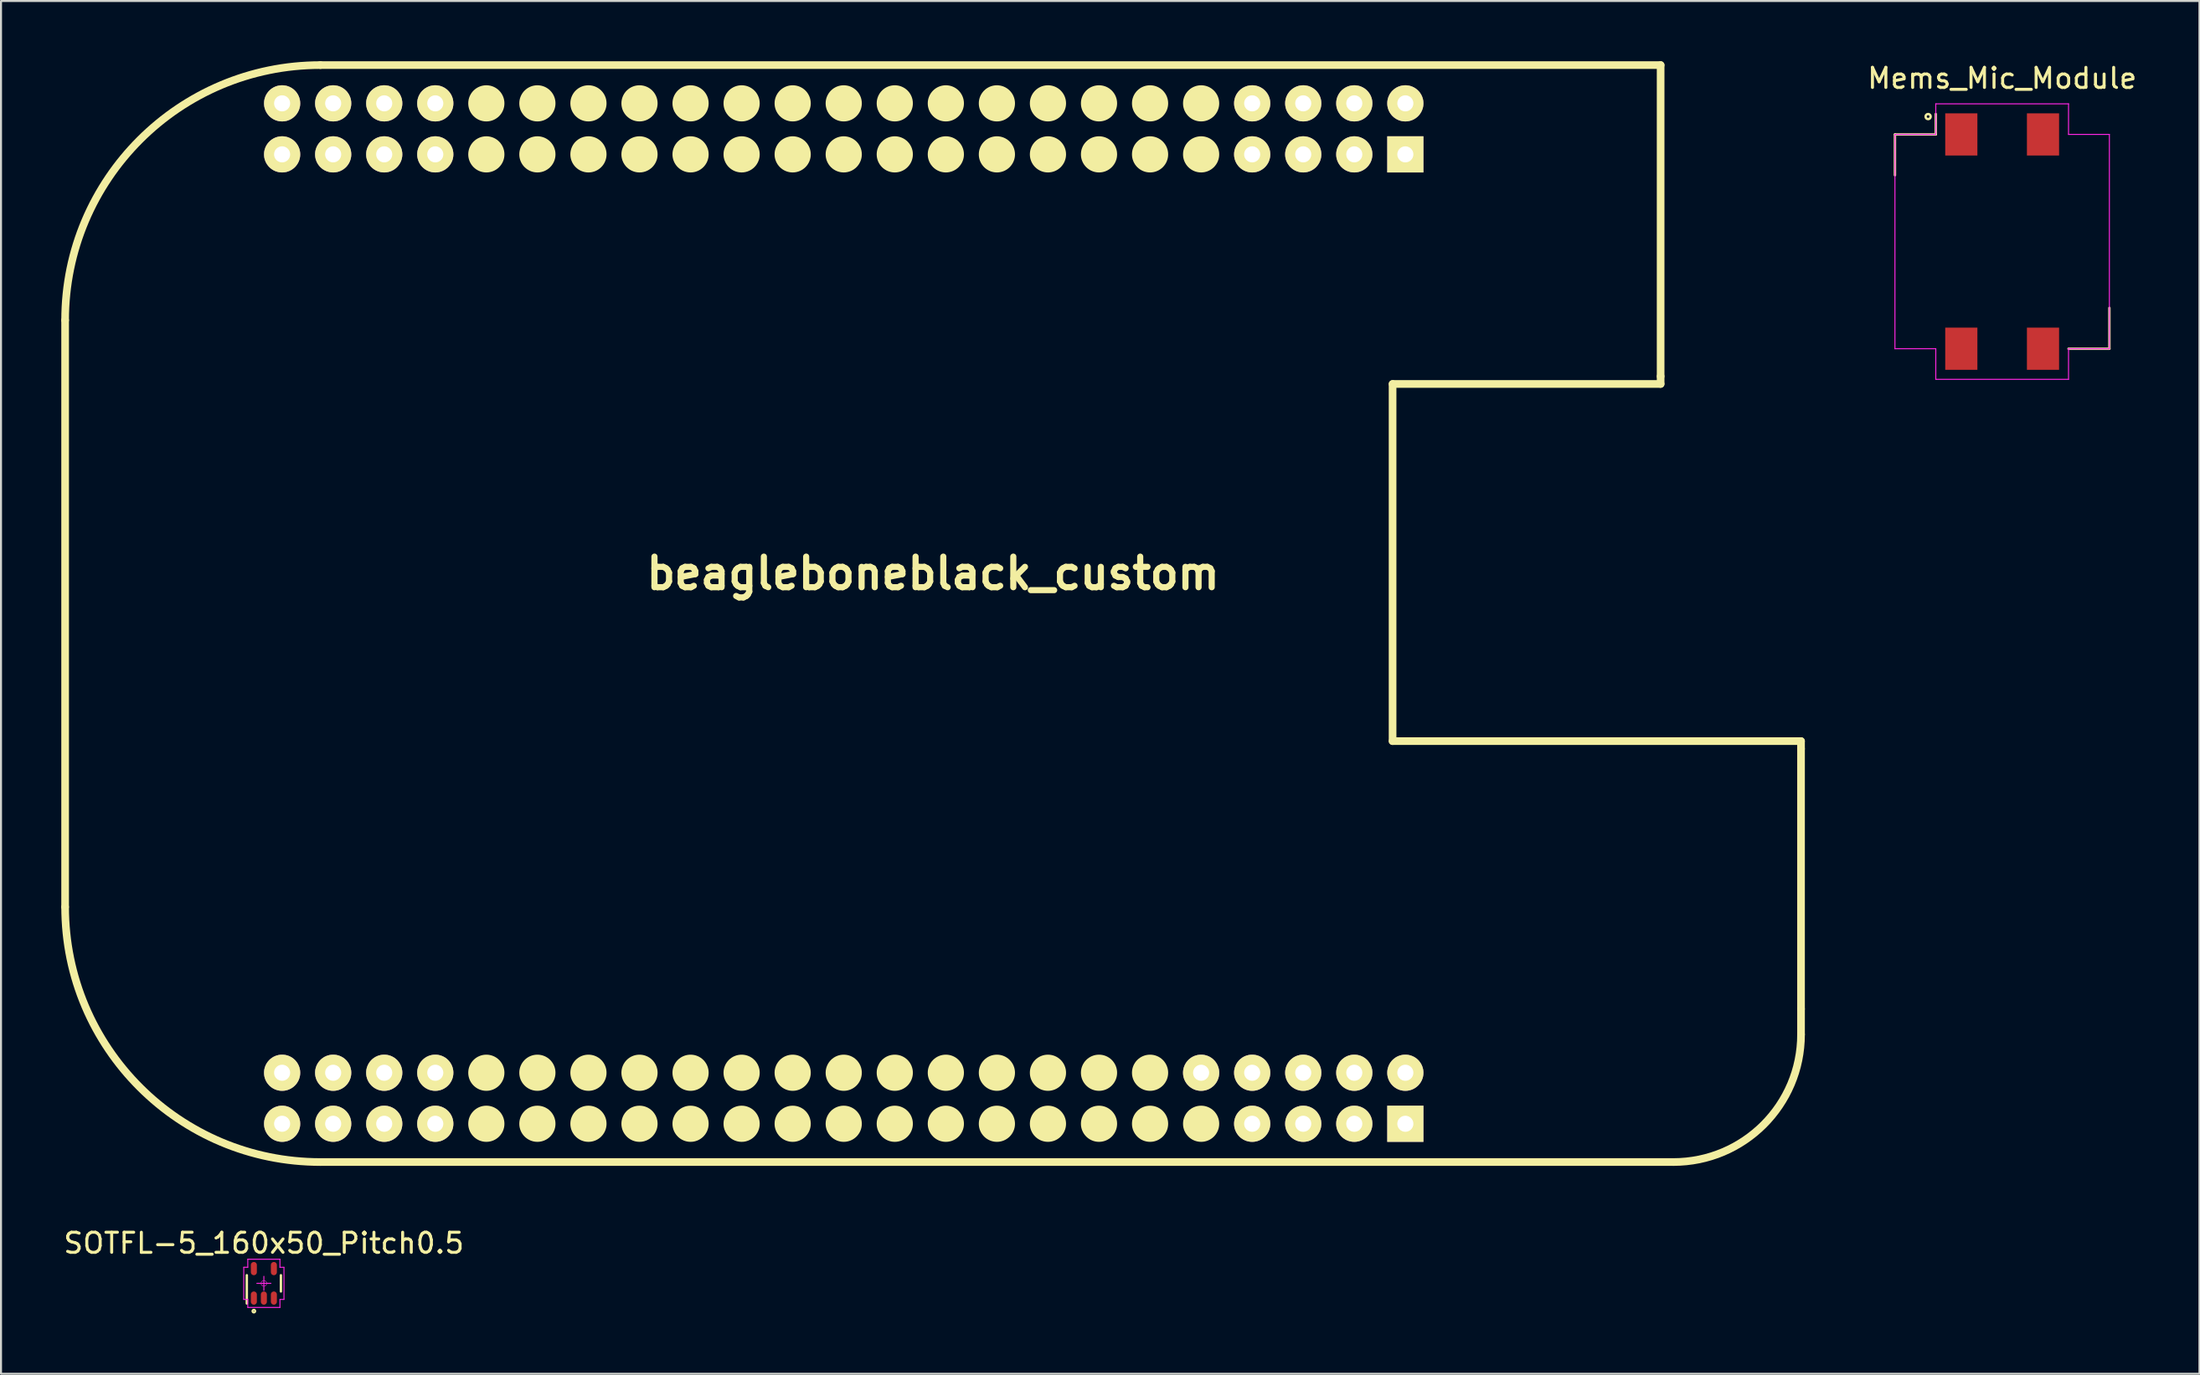
<source format=kicad_pcb>
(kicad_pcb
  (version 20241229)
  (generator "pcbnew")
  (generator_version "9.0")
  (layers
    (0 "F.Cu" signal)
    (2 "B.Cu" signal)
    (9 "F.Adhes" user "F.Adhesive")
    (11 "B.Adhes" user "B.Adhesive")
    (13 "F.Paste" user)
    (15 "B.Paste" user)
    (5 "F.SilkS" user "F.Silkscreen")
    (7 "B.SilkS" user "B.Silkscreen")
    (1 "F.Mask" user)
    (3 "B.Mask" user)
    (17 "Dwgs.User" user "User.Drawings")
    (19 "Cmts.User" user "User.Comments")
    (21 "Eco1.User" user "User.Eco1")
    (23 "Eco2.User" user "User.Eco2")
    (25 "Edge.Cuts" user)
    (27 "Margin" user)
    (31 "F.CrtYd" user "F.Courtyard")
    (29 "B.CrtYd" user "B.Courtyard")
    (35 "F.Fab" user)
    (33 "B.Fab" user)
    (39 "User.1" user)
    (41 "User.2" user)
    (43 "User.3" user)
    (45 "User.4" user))
  (footprint "SOTFL-5_160x50_Pitch0.5"
    (layer "F.Cu")
    (at 10.077 60.839)
    (property "Reference" "SOTFL-5_160x50_Pitch0.5" (at 0 -2 0) (layer "F.SilkS") (effects (font (size 1 1) (thickness 0.15))))
    (attr smd)
    (fp_line (start -0.848 1.003) (end -0.848 -0.404) (stroke (width 0.119) (type solid)) (layer "F.SilkS"))
    (fp_line (start 0.848 0.404) (end 0.848 -0.404) (stroke (width 0.119) (type solid)) (layer "F.SilkS"))
    (fp_circle (center -0.498 1.384) (end -0.546 1.433) (stroke (width 0.099) (type solid)) (fill no) (layer "F.SilkS"))
    (fp_line (start -1 -0.8) (end -1 0.8) (stroke (width 0.048) (type solid)) (layer "F.CrtYd"))
    (fp_line (start -1 0.8) (end -0.8 0.8) (stroke (width 0.048) (type solid)) (layer "F.CrtYd"))
    (fp_line (start -0.8 -1.2) (end -0.8 -0.8) (stroke (width 0.048) (type solid)) (layer "F.CrtYd"))
    (fp_line (start -0.8 -0.8) (end -1 -0.8) (stroke (width 0.048) (type solid)) (layer "F.CrtYd"))
    (fp_line (start -0.8 0.8) (end -0.8 1.2) (stroke (width 0.048) (type solid)) (layer "F.CrtYd"))
    (fp_line (start -0.8 1.2) (end 0.8 1.2) (stroke (width 0.048) (type solid)) (layer "F.CrtYd"))
    (fp_line (start -0.35 0) (end 0.35 0) (stroke (width 0.048) (type solid)) (layer "F.CrtYd"))
    (fp_line (start 0 -0.35) (end 0 0.35) (stroke (width 0.048) (type solid)) (layer "F.CrtYd"))
    (fp_line (start 0.8 -1.2) (end -0.8 -1.2) (stroke (width 0.048) (type solid)) (layer "F.CrtYd"))
    (fp_line (start 0.8 -0.8) (end 0.8 -1.2) (stroke (width 0.048) (type solid)) (layer "F.CrtYd"))
    (fp_line (start 0.8 0.8) (end 1 0.8) (stroke (width 0.048) (type solid)) (layer "F.CrtYd"))
    (fp_line (start 0.8 1.2) (end 0.8 0.8) (stroke (width 0.048) (type solid)) (layer "F.CrtYd"))
    (fp_line (start 0.998 -0.798) (end 0.798 -0.798) (stroke (width 0.048) (type solid)) (layer "F.CrtYd"))
    (fp_line (start 1 0.8) (end 1 -0.8) (stroke (width 0.048) (type solid)) (layer "F.CrtYd"))
    (fp_circle (center 0 0) (end -0.1 0.1) (stroke (width 0.023) (type solid)) (fill no) (layer "F.CrtYd"))
    (pad "1" smd oval (at -0.498 0.734 270) (size 0.658 0.3) (layers "F.Cu" "F.Mask" "F.Paste"))
    (pad "2" smd oval (at 0 0.734 270) (size 0.658 0.3) (layers "F.Cu" "F.Mask" "F.Paste"))
    (pad "3" smd oval (at 0.498 0.734 270) (size 0.658 0.3) (layers "F.Cu" "F.Mask" "F.Paste"))
    (pad "4" smd oval (at 0.498 -0.734 90) (size 0.658 0.3) (layers "F.Cu" "F.Mask" "F.Paste"))
    (pad "5" smd oval (at -0.498 -0.734 90) (size 0.658 0.3) (layers "F.Cu" "F.Mask" "F.Paste")))
  (footprint "beagleboneblack_custom"
    (layer "F.Cu")
    (at 43.37 27.495)
    (property "Reference" "beagleboneblack_custom" (at 0 -2 0) (layer "F.SilkS") (effects (font (size 1.524 1.524) (thickness 0.305))))
    (attr through_hole)
    (fp_line (start -43.18 14.605) (end -43.18 -14.605) (stroke (width 0.381) (type solid)) (layer "F.SilkS"))
    (fp_line (start -30.48 -27.305) (end 36.195 -27.305) (stroke (width 0.381) (type solid)) (layer "F.SilkS"))
    (fp_line (start -30.48 27.305) (end 36.83 27.305) (stroke (width 0.381) (type solid)) (layer "F.SilkS"))
    (fp_line (start 22.86 -11.43) (end 22.86 6.35) (stroke (width 0.381) (type solid)) (layer "F.SilkS"))
    (fp_line (start 22.86 6.35) (end 43.18 6.35) (stroke (width 0.381) (type solid)) (layer "F.SilkS"))
    (fp_line (start 36.195 -27.305) (end 36.195 -11.811) (stroke (width 0.381) (type solid)) (layer "F.SilkS"))
    (fp_line (start 36.195 -11.811) (end 36.195 -11.43) (stroke (width 0.381) (type solid)) (layer "F.SilkS"))
    (fp_line (start 36.195 -11.43) (end 22.86 -11.43) (stroke (width 0.381) (type solid)) (layer "F.SilkS"))
    (fp_line (start 43.18 6.35) (end 43.18 6.731) (stroke (width 0.381) (type solid)) (layer "F.SilkS"))
    (fp_line (start 43.18 6.731) (end 43.18 19.685) (stroke (width 0.381) (type solid)) (layer "F.SilkS"))
    (fp_line (start 43.18 20.955) (end 43.18 19.685) (stroke (width 0.381) (type solid)) (layer "F.SilkS"))
    (fp_arc (start -43.18 -14.605) (mid -39.460256 -23.585256) (end -30.48 -27.305) (stroke (width 0.381) (type solid)) (layer "F.SilkS"))
    (fp_arc (start -30.48 27.305) (mid -39.460256 23.585256) (end -43.18 14.605) (stroke (width 0.381) (type solid)) (layer "F.SilkS"))
    (fp_arc (start 43.18 20.955) (mid 41.320128 25.445128) (end 36.83 27.305) (stroke (width 0.381) (type solid)) (layer "F.SilkS"))
    (pad "" smd circle (at -22.225 -25.4) (size 1.8 1.8) (layers "F.SilkS"))
    (pad "" smd circle (at -22.225 -22.86) (size 1.8 1.8) (layers "F.SilkS"))
    (pad "" smd circle (at -22.225 22.86) (size 1.8 1.8) (layers "F.SilkS"))
    (pad "" smd circle (at -22.225 25.4) (size 1.8 1.8) (layers "F.SilkS"))
    (pad "" smd circle (at -19.685 -25.4) (size 1.8 1.8) (layers "F.SilkS"))
    (pad "" smd circle (at -19.685 -22.86) (size 1.8 1.8) (layers "F.SilkS"))
    (pad "" smd circle (at -19.685 22.86) (size 1.8 1.8) (layers "F.SilkS"))
    (pad "" smd circle (at -19.685 25.4) (size 1.8 1.8) (layers "F.SilkS"))
    (pad "" smd circle (at -17.145 -25.4) (size 1.8 1.8) (layers "F.SilkS"))
    (pad "" smd circle (at -17.145 -22.86) (size 1.8 1.8) (layers "F.SilkS"))
    (pad "" smd circle (at -17.145 22.86) (size 1.8 1.8) (layers "F.SilkS"))
    (pad "" smd circle (at -17.145 25.4) (size 1.8 1.8) (layers "F.SilkS"))
    (pad "" smd circle (at -14.605 -25.4) (size 1.8 1.8) (layers "F.SilkS"))
    (pad "" smd circle (at -14.605 -22.86) (size 1.8 1.8) (layers "F.SilkS"))
    (pad "" smd circle (at -14.605 22.86) (size 1.8 1.8) (layers "F.SilkS"))
    (pad "" smd circle (at -14.605 25.4) (size 1.8 1.8) (layers "F.SilkS"))
    (pad "" smd circle (at -12.065 -25.4) (size 1.8 1.8) (layers "F.SilkS"))
    (pad "" smd circle (at -12.065 -22.86) (size 1.8 1.8) (layers "F.SilkS"))
    (pad "" smd circle (at -12.065 22.86) (size 1.8 1.8) (layers "F.SilkS"))
    (pad "" smd circle (at -12.065 25.4) (size 1.8 1.8) (layers "F.SilkS"))
    (pad "" smd circle (at -9.525 -25.4) (size 1.8 1.8) (layers "F.SilkS"))
    (pad "" smd circle (at -9.525 -22.86) (size 1.8 1.8) (layers "F.SilkS"))
    (pad "" smd circle (at -9.525 22.86) (size 1.8 1.8) (layers "F.SilkS"))
    (pad "" smd circle (at -9.525 25.4) (size 1.8 1.8) (layers "F.SilkS"))
    (pad "" smd circle (at -6.985 -25.4) (size 1.8 1.8) (layers "F.SilkS"))
    (pad "" smd circle (at -6.985 -22.86) (size 1.8 1.8) (layers "F.SilkS"))
    (pad "" smd circle (at -6.985 22.86) (size 1.8 1.8) (layers "F.SilkS"))
    (pad "" smd circle (at -6.985 25.4) (size 1.8 1.8) (layers "F.SilkS"))
    (pad "" smd circle (at -4.445 -25.4) (size 1.8 1.8) (layers "F.SilkS"))
    (pad "" smd circle (at -4.445 -22.86) (size 1.8 1.8) (layers "F.SilkS"))
    (pad "" smd circle (at -4.445 22.86) (size 1.8 1.8) (layers "F.SilkS"))
    (pad "" smd circle (at -4.445 25.4) (size 1.8 1.8) (layers "F.SilkS"))
    (pad "" smd circle (at -1.905 -25.4) (size 1.8 1.8) (layers "F.SilkS"))
    (pad "" smd circle (at -1.905 -22.86) (size 1.8 1.8) (layers "F.SilkS"))
    (pad "" smd circle (at -1.905 22.86) (size 1.8 1.8) (layers "F.SilkS"))
    (pad "" smd circle (at -1.905 25.4) (size 1.8 1.8) (layers "F.SilkS"))
    (pad "" smd circle (at 0.635 -25.4) (size 1.8 1.8) (layers "F.SilkS"))
    (pad "" smd circle (at 0.635 -22.86) (size 1.8 1.8) (layers "F.SilkS"))
    (pad "" smd circle (at 0.635 22.86) (size 1.8 1.8) (layers "F.SilkS"))
    (pad "" smd circle (at 0.635 25.4) (size 1.8 1.8) (layers "F.SilkS"))
    (pad "" smd circle (at 3.175 -25.4) (size 1.8 1.8) (layers "F.SilkS"))
    (pad "" smd circle (at 3.175 -22.86) (size 1.8 1.8) (layers "F.SilkS"))
    (pad "" smd circle (at 3.175 22.86) (size 1.8 1.8) (layers "F.SilkS"))
    (pad "" smd circle (at 3.175 25.4) (size 1.8 1.8) (layers "F.SilkS"))
    (pad "" smd circle (at 5.715 -25.4) (size 1.8 1.8) (layers "F.SilkS"))
    (pad "" smd circle (at 5.715 -22.86) (size 1.8 1.8) (layers "F.SilkS"))
    (pad "" smd circle (at 5.715 22.86) (size 1.8 1.8) (layers "F.SilkS"))
    (pad "" smd circle (at 5.715 25.4) (size 1.8 1.8) (layers "F.SilkS"))
    (pad "" smd circle (at 8.255 -25.4) (size 1.8 1.8) (layers "F.SilkS"))
    (pad "" smd circle (at 8.255 -22.86) (size 1.8 1.8) (layers "F.SilkS"))
    (pad "" smd circle (at 8.255 22.86) (size 1.8 1.8) (layers "F.SilkS"))
    (pad "" smd circle (at 8.255 25.4) (size 1.8 1.8) (layers "F.SilkS"))
    (pad "" smd circle (at 10.795 -25.4) (size 1.8 1.8) (layers "F.SilkS"))
    (pad "" smd circle (at 10.795 -22.86) (size 1.8 1.8) (layers "F.SilkS"))
    (pad "" smd circle (at 10.795 22.86) (size 1.8 1.8) (layers "F.SilkS"))
    (pad "" smd circle (at 10.795 25.4) (size 1.8 1.8) (layers "F.SilkS"))
    (pad "" smd circle (at 13.335 -25.4) (size 1.8 1.8) (layers "F.SilkS"))
    (pad "" smd circle (at 13.335 -22.86) (size 1.8 1.8) (layers "F.SilkS"))
    (pad "" smd circle (at 13.335 25.4) (size 1.8 1.8) (layers "F.SilkS"))
    (pad "B1" thru_hole rect (at 23.495 -22.86) (size 1.8 1.8) (drill 0.8) (layers "*.Cu" "*.Mask" "F.SilkS"))
    (pad "B2" thru_hole circle (at 23.495 -25.4) (size 1.8 1.8) (drill 0.8) (layers "*.Cu" "*.Mask" "F.SilkS"))
    (pad "B3" thru_hole circle (at 20.955 -22.86) (size 1.8 1.8) (drill 0.8) (layers "*.Cu" "*.Mask" "F.SilkS"))
    (pad "B4" thru_hole circle (at 20.955 -25.4) (size 1.8 1.8) (drill 0.8) (layers "*.Cu" "*.Mask" "F.SilkS"))
    (pad "B5" thru_hole circle (at 18.415 -22.86) (size 1.8 1.8) (drill 0.8) (layers "*.Cu" "*.Mask" "F.SilkS"))
    (pad "B6" thru_hole circle (at 18.415 -25.4) (size 1.8 1.8) (drill 0.8) (layers "*.Cu" "*.Mask" "F.SilkS"))
    (pad "B7" thru_hole circle (at 15.875 -22.86) (size 1.8 1.8) (drill 0.8) (layers "*.Cu" "*.Mask" "F.SilkS"))
    (pad "B8" thru_hole circle (at 15.875 -25.4) (size 1.8 1.8) (drill 0.8) (layers "*.Cu" "*.Mask" "F.SilkS"))
    (pad "B39" thru_hole circle (at -24.765 -22.86) (size 1.8 1.8) (drill 0.8) (layers "*.Cu" "*.Mask" "F.SilkS"))
    (pad "B40" thru_hole circle (at -24.765 -25.4) (size 1.8 1.8) (drill 0.8) (layers "*.Cu" "*.Mask" "F.SilkS"))
    (pad "B41" thru_hole circle (at -27.305 -22.86) (size 1.8 1.8) (drill 0.8) (layers "*.Cu" "*.Mask" "F.SilkS"))
    (pad "B42" thru_hole circle (at -27.305 -25.4) (size 1.8 1.8) (drill 0.8) (layers "*.Cu" "*.Mask" "F.SilkS"))
    (pad "B43" thru_hole circle (at -29.845 -22.86) (size 1.8 1.8) (drill 0.8) (layers "*.Cu" "*.Mask" "F.SilkS"))
    (pad "B44" thru_hole circle (at -29.845 -25.4) (size 1.8 1.8) (drill 0.8) (layers "*.Cu" "*.Mask" "F.SilkS"))
    (pad "B45" thru_hole circle (at -32.385 -22.86) (size 1.8 1.8) (drill 0.8) (layers "*.Cu" "*.Mask" "F.SilkS"))
    (pad "B46" thru_hole circle (at -32.385 -25.4) (size 1.8 1.8) (drill 0.8) (layers "*.Cu" "*.Mask" "F.SilkS"))
    (pad "C1" thru_hole rect (at 23.495 25.4) (size 1.8 1.8) (drill 0.8) (layers "*.Cu" "*.Mask" "F.SilkS"))
    (pad "C2" thru_hole circle (at 23.495 22.86) (size 1.8 1.8) (drill 0.8) (layers "*.Cu" "*.Mask" "F.SilkS"))
    (pad "C3" thru_hole circle (at 20.955 25.4) (size 1.8 1.8) (drill 0.8) (layers "*.Cu" "*.Mask" "F.SilkS"))
    (pad "C4" thru_hole circle (at 20.955 22.86) (size 1.8 1.8) (drill 0.8) (layers "*.Cu" "*.Mask" "F.SilkS"))
    (pad "C5" thru_hole circle (at 18.415 25.4) (size 1.8 1.8) (drill 0.8) (layers "*.Cu" "*.Mask" "F.SilkS"))
    (pad "C6" thru_hole circle (at 18.415 22.86) (size 1.8 1.8) (drill 0.8) (layers "*.Cu" "*.Mask" "F.SilkS"))
    (pad "C7" thru_hole circle (at 15.875 25.4) (size 1.8 1.8) (drill 0.8) (layers "*.Cu" "*.Mask" "F.SilkS"))
    (pad "C8" thru_hole circle (at 15.875 22.86) (size 1.8 1.8) (drill 0.8) (layers "*.Cu" "*.Mask" "F.SilkS"))
    (pad "C10" thru_hole circle (at 13.335 22.86) (size 1.8 1.8) (drill 0.8) (layers "*.Cu" "*.Mask" "F.SilkS"))
    (pad "C39" thru_hole circle (at -24.765 25.4) (size 1.8 1.8) (drill 0.8) (layers "*.Cu" "*.Mask" "F.SilkS"))
    (pad "C40" thru_hole circle (at -24.765 22.86) (size 1.8 1.8) (drill 0.8) (layers "*.Cu" "*.Mask" "F.SilkS"))
    (pad "C41" thru_hole circle (at -27.305 25.4) (size 1.8 1.8) (drill 0.8) (layers "*.Cu" "*.Mask" "F.SilkS"))
    (pad "C42" thru_hole circle (at -27.305 22.86) (size 1.8 1.8) (drill 0.8) (layers "*.Cu" "*.Mask" "F.SilkS"))
    (pad "C43" thru_hole circle (at -29.845 25.4) (size 1.8 1.8) (drill 0.8) (layers "*.Cu" "*.Mask" "F.SilkS"))
    (pad "C44" thru_hole circle (at -29.845 22.86) (size 1.8 1.8) (drill 0.8) (layers "*.Cu" "*.Mask" "F.SilkS"))
    (pad "C45" thru_hole circle (at -32.385 25.4) (size 1.8 1.8) (drill 0.8) (layers "*.Cu" "*.Mask" "F.SilkS"))
    (pad "C46" thru_hole circle (at -32.385 22.86) (size 1.8 1.8) (drill 0.8) (layers "*.Cu" "*.Mask" "F.SilkS")))
  (footprint "Mems_Mic_Module"
    (layer "F.Cu")
    (at 96.556 8.976)
    (property "Reference" "Mems_Mic_Module" (at 0 -8.128 0) (layer "F.SilkS") (effects (font (size 1 1) (thickness 0.15))))
    (attr through_hole)
    (fp_line (start -5.334 -3.302) (end -5.334 -5.334) (stroke (width 0.12) (type solid)) (layer "F.SilkS"))
    (fp_line (start -3.302 -5.334) (end -5.334 -5.334) (stroke (width 0.12) (type solid)) (layer "F.SilkS"))
    (fp_line (start -3.302 -5.334) (end -3.302 -6.35) (stroke (width 0.12) (type solid)) (layer "F.SilkS"))
    (fp_line (start 5.334 5.334) (end 3.302 5.334) (stroke (width 0.12) (type solid)) (layer "F.SilkS"))
    (fp_line (start 5.334 5.334) (end 5.334 3.302) (stroke (width 0.12) (type solid)) (layer "F.SilkS"))
    (fp_circle (center -3.683 -6.223) (end -3.683 -6.35) (stroke (width 0.119) (type solid)) (fill no) (layer "F.SilkS"))
    (fp_line (start -5.334 -5.334) (end -3.302 -5.334) (stroke (width 0.05) (type solid)) (layer "F.CrtYd"))
    (fp_line (start -5.334 5.334) (end -5.334 -5.334) (stroke (width 0.05) (type solid)) (layer "F.CrtYd"))
    (fp_line (start -5.334 5.334) (end -3.302 5.334) (stroke (width 0.05) (type solid)) (layer "F.CrtYd"))
    (fp_line (start -3.302 -6.858) (end 3.302 -6.858) (stroke (width 0.05) (type solid)) (layer "F.CrtYd"))
    (fp_line (start -3.302 -5.334) (end -3.302 -6.858) (stroke (width 0.05) (type solid)) (layer "F.CrtYd"))
    (fp_line (start -3.302 5.334) (end -3.302 6.858) (stroke (width 0.05) (type solid)) (layer "F.CrtYd"))
    (fp_line (start 3.302 -5.334) (end 3.302 -6.858) (stroke (width 0.05) (type solid)) (layer "F.CrtYd"))
    (fp_line (start 3.302 5.334) (end 3.302 6.858) (stroke (width 0.05) (type solid)) (layer "F.CrtYd"))
    (fp_line (start 3.302 6.858) (end -3.302 6.858) (stroke (width 0.05) (type solid)) (layer "F.CrtYd"))
    (fp_line (start 5.334 -5.334) (end 3.302 -5.334) (stroke (width 0.05) (type solid)) (layer "F.CrtYd"))
    (fp_line (start 5.334 -5.334) (end 5.334 5.334) (stroke (width 0.05) (type solid)) (layer "F.CrtYd"))
    (fp_line (start 5.334 5.334) (end 3.302 5.334) (stroke (width 0.05) (type solid)) (layer "F.CrtYd"))
    (pad "1" smd rect (at -2.032 -5.334) (size 1.6 2.1) (layers "F.Cu" "F.Mask" "F.Paste"))
    (pad "2" smd rect (at 2.032 -5.334) (size 1.6 2.1) (layers "F.Cu" "F.Mask" "F.Paste"))
    (pad "3" smd rect (at 2.032 5.334) (size 1.6 2.1) (layers "F.Cu" "F.Mask" "F.Paste"))
    (pad "4" smd rect (at -2.032 5.334) (size 1.6 2.1) (layers "F.Cu" "F.Mask" "F.Paste")))
  (gr_rect
    (start -3 -3)
    (end 106.372 65.341)
    (stroke (width 0.1) (type default))
    (fill no)
    (layer "Edge.Cuts")))
</source>
